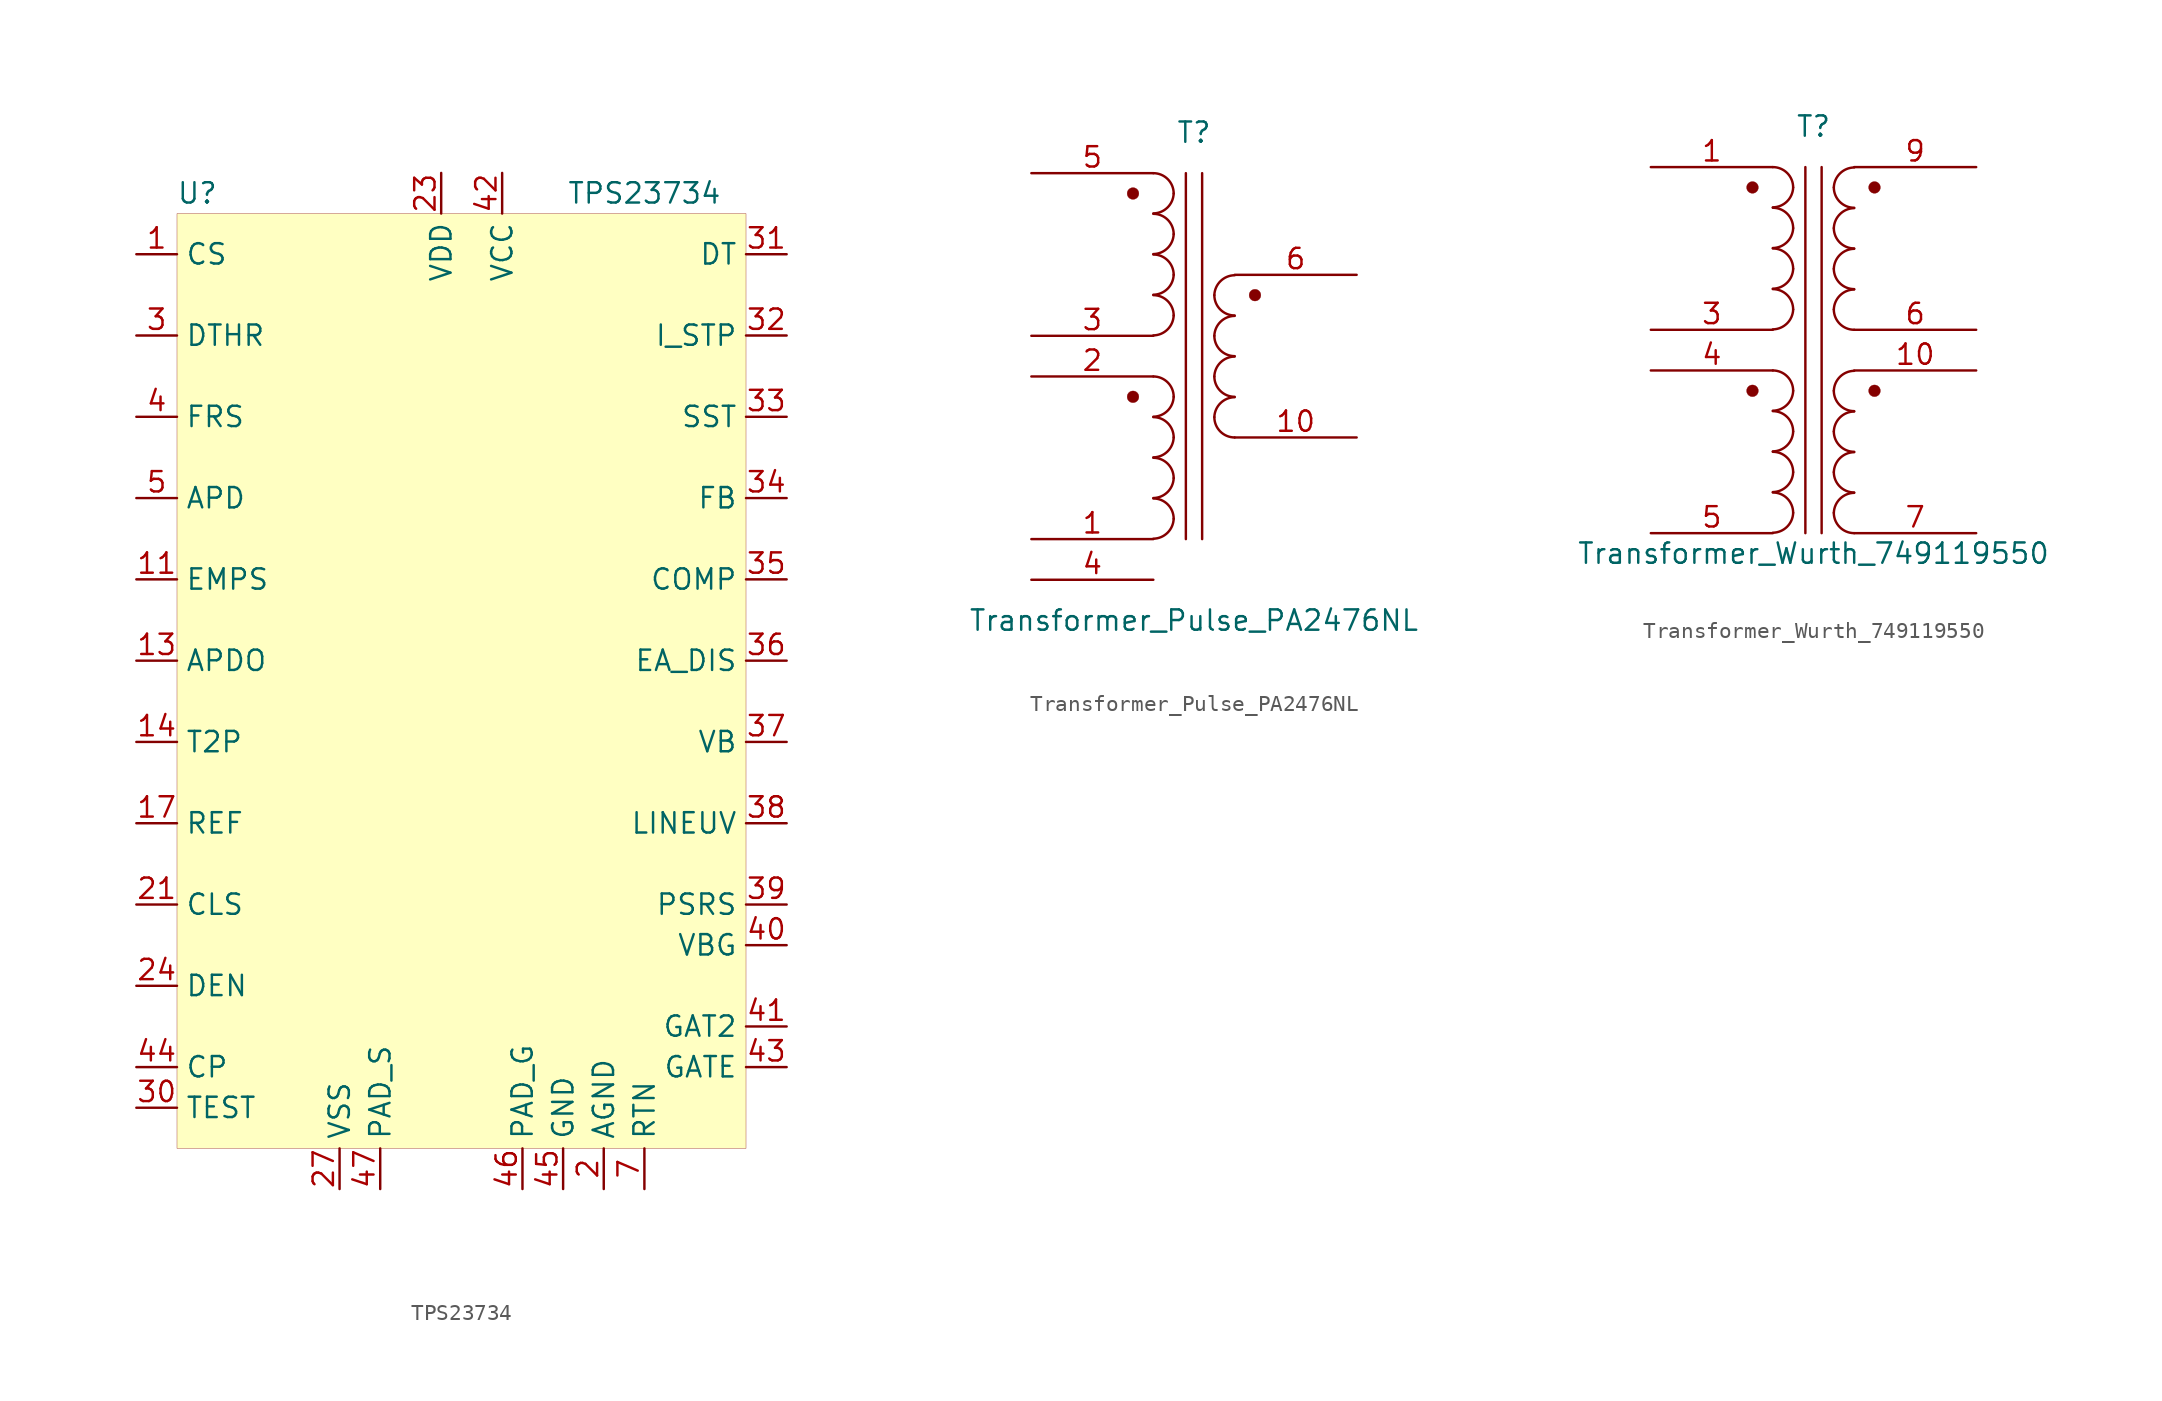
<source format=kicad_sym>
(kicad_symbol_lib
  (version 20231120)
  (generator "kicad_symbol_editor")
  (generator_version "8.0")
  (symbol "TPS23734"
    (property "Reference" "U"
      (at -16.51 30.48 0)
      (effects (font (size 1.27 1.27))))
    (property "Value" "TPS23734"
      (at 11.43 30.48 0)
      (effects (font (size 1.27 1.27))))
    (symbol "TPS23734_0_0"
      (pin bidirectional line (at -20.32 26.67 0) (length 2.54) (name "CS" (effects (font (size 1.27 1.27)))) (number "1" (effects (font (size 1.27 1.27)))))
      (pin no_connect line (at 1.27 20.32 0) (length 2.54) hide (name "NC" (effects (font (size 1.27 1.27)))) (number "10" (effects (font (size 1.27 1.27)))))
      (pin input line (at -20.32 6.35 0) (length 2.54) (name "EMPS" (effects (font (size 1.27 1.27)))) (number "11" (effects (font (size 1.27 1.27)))))
      (pin no_connect line (at 1.27 15.24 0) (length 2.54) hide (name "NC" (effects (font (size 1.27 1.27)))) (number "12" (effects (font (size 1.27 1.27)))))
      (pin output line (at -20.32 1.27 0) (length 2.54) (name "APDO" (effects (font (size 1.27 1.27)))) (number "13" (effects (font (size 1.27 1.27)))))
      (pin output line (at -20.32 -3.81 0) (length 2.54) (name "T2P" (effects (font (size 1.27 1.27)))) (number "14" (effects (font (size 1.27 1.27)))))
      (pin no_connect line (at 1.27 17.78 0) (length 2.54) hide (name "NC" (effects (font (size 1.27 1.27)))) (number "15" (effects (font (size 1.27 1.27)))))
      (pin no_connect line (at 1.27 12.7 0) (length 2.54) hide (name "NC" (effects (font (size 1.27 1.27)))) (number "16" (effects (font (size 1.27 1.27)))))
      (pin output line (at -20.32 -8.89 0) (length 2.54) (name "REF" (effects (font (size 1.27 1.27)))) (number "17" (effects (font (size 1.27 1.27)))))
      (pin no_connect line (at 1.27 10.16 0) (length 2.54) hide (name "NC" (effects (font (size 1.27 1.27)))) (number "18" (effects (font (size 1.27 1.27)))))
      (pin no_connect line (at 1.27 7.62 0) (length 2.54) hide (name "NC" (effects (font (size 1.27 1.27)))) (number "19" (effects (font (size 1.27 1.27)))))
      (pin power_in line (at 8.89 -31.75 90) (length 2.54) (name "AGND" (effects (font (size 1.27 1.27)))) (number "2" (effects (font (size 1.27 1.27)))))
      (pin no_connect line (at 1.27 5.08 0) (length 2.54) hide (name "NC" (effects (font (size 1.27 1.27)))) (number "20" (effects (font (size 1.27 1.27)))))
      (pin output line (at -20.32 -13.97 0) (length 2.54) (name "CLS" (effects (font (size 1.27 1.27)))) (number "21" (effects (font (size 1.27 1.27)))))
      (pin no_connect line (at 1.27 2.54 0) (length 2.54) hide (name "NC" (effects (font (size 1.27 1.27)))) (number "22" (effects (font (size 1.27 1.27)))))
      (pin power_in line (at -1.27 31.75 270) (length 2.54) (name "VDD" (effects (font (size 1.27 1.27)))) (number "23" (effects (font (size 1.27 1.27)))))
      (pin bidirectional line (at -20.32 -19.05 0) (length 2.54) (name "DEN" (effects (font (size 1.27 1.27)))) (number "24" (effects (font (size 1.27 1.27)))))
      (pin no_connect line (at 1.27 0 0) (length 2.54) hide (name "NC" (effects (font (size 1.27 1.27)))) (number "25" (effects (font (size 1.27 1.27)))))
      (pin no_connect line (at 1.27 -2.54 0) (length 2.54) hide (name "NC" (effects (font (size 1.27 1.27)))) (number "26" (effects (font (size 1.27 1.27)))))
      (pin power_in line (at -7.62 -31.75 90) (length 2.54) (name "VSS" (effects (font (size 1.27 1.27)))) (number "27" (effects (font (size 1.27 1.27)))))
      (pin passive line (at -7.62 -31.75 90) (length 2.54) hide (name "VSS" (effects (font (size 1.27 1.27)))) (number "28" (effects (font (size 1.27 1.27)))))
      (pin no_connect line (at 1.27 -5.08 0) (length 2.54) hide (name "NC" (effects (font (size 1.27 1.27)))) (number "29" (effects (font (size 1.27 1.27)))))
      (pin output line (at -20.32 21.59 0) (length 2.54) (name "DTHR" (effects (font (size 1.27 1.27)))) (number "3" (effects (font (size 1.27 1.27)))))
      (pin output line (at -20.32 -26.67 0) (length 2.54) (name "TEST" (effects (font (size 1.27 1.27)))) (number "30" (effects (font (size 1.27 1.27)))))
      (pin input line (at 20.32 26.67 180) (length 2.54) (name "DT" (effects (font (size 1.27 1.27)))) (number "31" (effects (font (size 1.27 1.27)))))
      (pin input line (at 20.32 21.59 180) (length 2.54) (name "I_STP" (effects (font (size 1.27 1.27)))) (number "32" (effects (font (size 1.27 1.27)))))
      (pin bidirectional line (at 20.32 16.51 180) (length 2.54) (name "SST" (effects (font (size 1.27 1.27)))) (number "33" (effects (font (size 1.27 1.27)))))
      (pin input line (at 20.32 11.43 180) (length 2.54) (name "FB" (effects (font (size 1.27 1.27)))) (number "34" (effects (font (size 1.27 1.27)))))
      (pin bidirectional line (at 20.32 6.35 180) (length 2.54) (name "COMP" (effects (font (size 1.27 1.27)))) (number "35" (effects (font (size 1.27 1.27)))))
      (pin input line (at 20.32 1.27 180) (length 2.54) (name "EA_DIS" (effects (font (size 1.27 1.27)))) (number "36" (effects (font (size 1.27 1.27)))))
      (pin output line (at 20.32 -3.81 180) (length 2.54) (name "VB" (effects (font (size 1.27 1.27)))) (number "37" (effects (font (size 1.27 1.27)))))
      (pin input line (at 20.32 -8.89 180) (length 2.54) (name "LINEUV" (effects (font (size 1.27 1.27)))) (number "38" (effects (font (size 1.27 1.27)))))
      (pin input line (at 20.32 -13.97 180) (length 2.54) (name "PSRS" (effects (font (size 1.27 1.27)))) (number "39" (effects (font (size 1.27 1.27)))))
      (pin input line (at -20.32 16.51 0) (length 2.54) (name "FRS" (effects (font (size 1.27 1.27)))) (number "4" (effects (font (size 1.27 1.27)))))
      (pin output line (at 20.32 -16.51 180) (length 2.54) (name "VBG" (effects (font (size 1.27 1.27)))) (number "40" (effects (font (size 1.27 1.27)))))
      (pin output line (at 20.32 -21.59 180) (length 2.54) (name "GAT2" (effects (font (size 1.27 1.27)))) (number "41" (effects (font (size 1.27 1.27)))))
      (pin power_in line (at 2.54 31.75 270) (length 2.54) (name "VCC" (effects (font (size 1.27 1.27)))) (number "42" (effects (font (size 1.27 1.27)))))
      (pin output line (at 20.32 -24.13 180) (length 2.54) (name "GATE" (effects (font (size 1.27 1.27)))) (number "43" (effects (font (size 1.27 1.27)))))
      (pin output line (at -20.32 -24.13 0) (length 2.54) (name "CP" (effects (font (size 1.27 1.27)))) (number "44" (effects (font (size 1.27 1.27)))))
      (pin power_in line (at 6.35 -31.75 90) (length 2.54) (name "GND" (effects (font (size 1.27 1.27)))) (number "45" (effects (font (size 1.27 1.27)))))
      (pin power_in line (at 3.81 -31.75 90) (length 2.54) (name "PAD_G" (effects (font (size 1.27 1.27)))) (number "46" (effects (font (size 1.27 1.27)))))
      (pin power_in line (at -5.08 -31.75 90) (length 2.54) (name "PAD_S" (effects (font (size 1.27 1.27)))) (number "47" (effects (font (size 1.27 1.27)))))
      (pin input line (at -20.32 11.43 0) (length 2.54) (name "APD" (effects (font (size 1.27 1.27)))) (number "5" (effects (font (size 1.27 1.27)))))
      (pin no_connect line (at 1.27 22.86 0) (length 2.54) hide (name "NC" (effects (font (size 1.27 1.27)))) (number "6" (effects (font (size 1.27 1.27)))))
      (pin power_in line (at 11.43 -31.75 90) (length 2.54) (name "RTN" (effects (font (size 1.27 1.27)))) (number "7" (effects (font (size 1.27 1.27)))))
      (pin passive line (at 11.43 -31.75 90) (length 2.54) hide (name "RTN" (effects (font (size 1.27 1.27)))) (number "8" (effects (font (size 1.27 1.27)))))
      (pin passive line (at 11.43 -31.75 90) (length 2.54) hide (name "RTN" (effects (font (size 1.27 1.27)))) (number "9" (effects (font (size 1.27 1.27))))))
    (symbol "TPS23734_0_1"
      (rectangle (start -17.78 29.21) (end 17.78 -29.21) (stroke (width 0.001) (type default)) (fill (type background)))))
  (symbol "Transformer_Pulse_PA2476NL"
    (pin_names
      (offset 1.016) hide)
    (property "Reference" "T"
      (at 0 12.7 0)
      (effects (font (size 1.27 1.27))))
    (property "Value" "Transformer_Pulse_PA2476NL"
      (at 0 -17.78 0)
      (effects (font (size 1.27 1.27))))
    (symbol "Transformer_Pulse_PA2476NL_0_1"
      (circle (center -3.81 -3.81) (radius 0.366) (stroke (width 0.001) (type default)) (fill (type outline)))
      (circle (center -3.81 8.89) (radius 0.366) (stroke (width 0.001) (type default)) (fill (type outline)))
      (arc (start -2.54 -12.6746) (mid -1.6561 -12.3063) (end -1.27 -11.43) (stroke (width 0) (type default)) (fill (type none)))
      (arc (start -2.54 -10.1346) (mid -1.6561 -9.7663) (end -1.27 -8.89) (stroke (width 0) (type default)) (fill (type none)))
      (arc (start -2.54 -7.5946) (mid -1.6561 -7.2263) (end -1.27 -6.35) (stroke (width 0) (type default)) (fill (type none)))
      (arc (start -2.54 -5.0546) (mid -1.6561 -4.6863) (end -1.27 -3.81) (stroke (width 0) (type default)) (fill (type none)))
      (arc (start -2.54 0.0254) (mid -1.6561 0.3937) (end -1.27 1.27) (stroke (width 0) (type default)) (fill (type none)))
      (arc (start -2.54 2.5654) (mid -1.6561 2.9337) (end -1.27 3.81) (stroke (width 0) (type default)) (fill (type none)))
      (arc (start -2.54 5.1054) (mid -1.6561 5.4737) (end -1.27 6.35) (stroke (width 0) (type default)) (fill (type none)))
      (arc (start -2.54 7.6454) (mid -1.6561 8.0137) (end -1.27 8.89) (stroke (width 0) (type default)) (fill (type none)))
      (arc (start -1.27 -11.43) (mid -1.642 -10.532) (end -2.54 -10.16) (stroke (width 0) (type default)) (fill (type none)))
      (arc (start -1.27 -8.89) (mid -1.642 -7.992) (end -2.54 -7.62) (stroke (width 0) (type default)) (fill (type none)))
      (arc (start -1.27 -6.35) (mid -1.642 -5.452) (end -2.54 -5.08) (stroke (width 0) (type default)) (fill (type none)))
      (arc (start -1.27 -3.81) (mid -1.642 -2.912) (end -2.54 -2.54) (stroke (width 0) (type default)) (fill (type none)))
      (arc (start -1.27 1.27) (mid -1.642 2.168) (end -2.54 2.54) (stroke (width 0) (type default)) (fill (type none)))
      (arc (start -1.27 3.81) (mid -1.642 4.708) (end -2.54 5.08) (stroke (width 0) (type default)) (fill (type none)))
      (arc (start -1.27 6.35) (mid -1.642 7.248) (end -2.54 7.62) (stroke (width 0) (type default)) (fill (type none)))
      (arc (start -1.27 8.89) (mid -1.642 9.788) (end -2.54 10.16) (stroke (width 0) (type default)) (fill (type none)))
      (polyline (pts (xy -0.508 -12.7) (xy -0.508 10.16)) (stroke (width 0) (type default)) (fill (type none)))
      (polyline (pts (xy 0.508 10.16) (xy 0.508 -12.7)) (stroke (width 0) (type default)) (fill (type none)))
      (arc (start 1.27 -5.08) (mid 1.642 -5.978) (end 2.54 -6.35) (stroke (width 0) (type default)) (fill (type none)))
      (arc (start 1.27 -2.54) (mid 1.642 -3.438) (end 2.54 -3.81) (stroke (width 0) (type default)) (fill (type none)))
      (arc (start 1.27 0) (mid 1.642 -0.898) (end 2.54 -1.27) (stroke (width 0) (type default)) (fill (type none)))
      (arc (start 1.27 2.54) (mid 1.642 1.642) (end 2.54 1.27) (stroke (width 0) (type default)) (fill (type none)))
      (arc (start 2.54 -3.8354) (mid 1.6561 -4.2037) (end 1.27 -5.08) (stroke (width 0) (type default)) (fill (type none)))
      (arc (start 2.54 -1.2954) (mid 1.6561 -1.6637) (end 1.27 -2.54) (stroke (width 0) (type default)) (fill (type none)))
      (arc (start 2.54 1.2446) (mid 1.6561 0.8763) (end 1.27 0) (stroke (width 0) (type default)) (fill (type none)))
      (arc (start 2.54 3.7846) (mid 1.6561 3.4163) (end 1.27 2.54) (stroke (width 0) (type default)) (fill (type none)))
      (circle (center 3.81 2.54) (radius 0.366) (stroke (width 0.001) (type default)) (fill (type outline))))
    (symbol "Transformer_Pulse_PA2476NL_1_1"
      (pin passive line (at -10.16 -12.7 0) (length 7.62) (name "N4B" (effects (font (size 1.27 1.27)))) (number "1" (effects (font (size 1.27 1.27)))))
      (pin passive line (at 10.16 -6.35 180) (length 7.62) (name "N2B" (effects (font (size 1.27 1.27)))) (number "10" (effects (font (size 1.27 1.27)))))
      (pin passive line (at -10.16 -2.54 0) (length 7.62) (name "N4A" (effects (font (size 1.27 1.27)))) (number "2" (effects (font (size 1.27 1.27)))))
      (pin passive line (at -10.16 0 0) (length 7.62) (name "N1B" (effects (font (size 1.27 1.27)))) (number "3" (effects (font (size 1.27 1.27)))))
      (pin unspecified line (at -10.16 -15.24 0) (length 7.62) (name "NC" (effects (font (size 1.27 1.27)))) (number "4" (effects (font (size 1.27 1.27)))))
      (pin passive line (at -10.16 10.16 0) (length 7.62) (name "N1A" (effects (font (size 1.27 1.27)))) (number "5" (effects (font (size 1.27 1.27)))))
      (pin passive line (at 10.16 3.81 180) (length 7.62) (name "N2A" (effects (font (size 1.27 1.27)))) (number "6" (effects (font (size 1.27 1.27)))))))
  (symbol "Transformer_Wurth_749119550"
    (pin_names
      (offset 1.016) hide)
    (property "Reference" "T"
      (at 0 12.7 0)
      (effects (font (size 1.27 1.27))))
    (property "Value" "Transformer_Wurth_749119550"
      (at 0 -13.97 0)
      (effects (font (size 1.27 1.27))))
    (symbol "Transformer_Wurth_749119550_0_1"
      (circle (center -3.81 -3.81) (radius 0.366) (stroke (width 0.001) (type default)) (fill (type outline)))
      (circle (center -3.81 8.89) (radius 0.366) (stroke (width 0.001) (type default)) (fill (type outline)))
      (arc (start -2.54 -12.6746) (mid -1.6561 -12.3063) (end -1.27 -11.43) (stroke (width 0) (type default)) (fill (type none)))
      (arc (start -2.54 -10.1346) (mid -1.6561 -9.7663) (end -1.27 -8.89) (stroke (width 0) (type default)) (fill (type none)))
      (arc (start -2.54 -7.5946) (mid -1.6561 -7.2263) (end -1.27 -6.35) (stroke (width 0) (type default)) (fill (type none)))
      (arc (start -2.54 -5.0546) (mid -1.6561 -4.6863) (end -1.27 -3.81) (stroke (width 0) (type default)) (fill (type none)))
      (arc (start -2.54 0.0254) (mid -1.6561 0.3937) (end -1.27 1.27) (stroke (width 0) (type default)) (fill (type none)))
      (arc (start -2.54 2.5654) (mid -1.6561 2.9337) (end -1.27 3.81) (stroke (width 0) (type default)) (fill (type none)))
      (arc (start -2.54 5.1054) (mid -1.6561 5.4737) (end -1.27 6.35) (stroke (width 0) (type default)) (fill (type none)))
      (arc (start -2.54 7.6454) (mid -1.6561 8.0137) (end -1.27 8.89) (stroke (width 0) (type default)) (fill (type none)))
      (arc (start -1.27 -11.43) (mid -1.642 -10.532) (end -2.54 -10.16) (stroke (width 0) (type default)) (fill (type none)))
      (arc (start -1.27 -8.89) (mid -1.642 -7.992) (end -2.54 -7.62) (stroke (width 0) (type default)) (fill (type none)))
      (arc (start -1.27 -6.35) (mid -1.642 -5.452) (end -2.54 -5.08) (stroke (width 0) (type default)) (fill (type none)))
      (arc (start -1.27 -3.81) (mid -1.642 -2.912) (end -2.54 -2.54) (stroke (width 0) (type default)) (fill (type none)))
      (arc (start -1.27 1.27) (mid -1.642 2.168) (end -2.54 2.54) (stroke (width 0) (type default)) (fill (type none)))
      (arc (start -1.27 3.81) (mid -1.642 4.708) (end -2.54 5.08) (stroke (width 0) (type default)) (fill (type none)))
      (arc (start -1.27 6.35) (mid -1.642 7.248) (end -2.54 7.62) (stroke (width 0) (type default)) (fill (type none)))
      (arc (start -1.27 8.89) (mid -1.642 9.788) (end -2.54 10.16) (stroke (width 0) (type default)) (fill (type none)))
      (polyline (pts (xy -0.508 -12.7) (xy -0.508 10.16)) (stroke (width 0) (type default)) (fill (type none)))
      (polyline (pts (xy 0.508 10.16) (xy 0.508 -12.7)) (stroke (width 0) (type default)) (fill (type none)))
      (arc (start 1.27 -11.43) (mid 1.642 -12.328) (end 2.54 -12.7) (stroke (width 0) (type default)) (fill (type none)))
      (arc (start 1.27 -8.89) (mid 1.642 -9.788) (end 2.54 -10.16) (stroke (width 0) (type default)) (fill (type none)))
      (arc (start 1.27 -6.35) (mid 1.642 -7.248) (end 2.54 -7.62) (stroke (width 0) (type default)) (fill (type none)))
      (arc (start 1.27 -3.81) (mid 1.642 -4.708) (end 2.54 -5.08) (stroke (width 0) (type default)) (fill (type none)))
      (arc (start 1.27 1.27) (mid 1.642 0.372) (end 2.54 0) (stroke (width 0) (type default)) (fill (type none)))
      (arc (start 1.27 3.81) (mid 1.642 2.912) (end 2.54 2.54) (stroke (width 0) (type default)) (fill (type none)))
      (arc (start 1.27 6.35) (mid 1.642 5.452) (end 2.54 5.08) (stroke (width 0) (type default)) (fill (type none)))
      (arc (start 1.27 8.89) (mid 1.642 7.992) (end 2.54 7.62) (stroke (width 0) (type default)) (fill (type none)))
      (arc (start 2.54 -10.1854) (mid 1.6561 -10.5537) (end 1.27 -11.43) (stroke (width 0) (type default)) (fill (type none)))
      (arc (start 2.54 -7.6454) (mid 1.6561 -8.0137) (end 1.27 -8.89) (stroke (width 0) (type default)) (fill (type none)))
      (arc (start 2.54 -5.1054) (mid 1.6561 -5.4737) (end 1.27 -6.35) (stroke (width 0) (type default)) (fill (type none)))
      (arc (start 2.54 -2.5654) (mid 1.6561 -2.9337) (end 1.27 -3.81) (stroke (width 0) (type default)) (fill (type none)))
      (arc (start 2.54 2.5146) (mid 1.6561 2.1463) (end 1.27 1.27) (stroke (width 0) (type default)) (fill (type none)))
      (arc (start 2.54 5.0546) (mid 1.6561 4.6863) (end 1.27 3.81) (stroke (width 0) (type default)) (fill (type none)))
      (arc (start 2.54 7.5946) (mid 1.6561 7.2263) (end 1.27 6.35) (stroke (width 0) (type default)) (fill (type none)))
      (arc (start 2.54 10.1346) (mid 1.6561 9.7663) (end 1.27 8.89) (stroke (width 0) (type default)) (fill (type none)))
      (circle (center 3.81 -3.81) (radius 0.366) (stroke (width 0.001) (type default)) (fill (type outline)))
      (circle (center 3.81 8.89) (radius 0.366) (stroke (width 0.001) (type default)) (fill (type outline))))
    (symbol "Transformer_Wurth_749119550_1_1"
      (pin passive line (at -10.16 10.16 0) (length 7.62) (name "N1A" (effects (font (size 1.27 1.27)))) (number "1" (effects (font (size 1.27 1.27)))))
      (pin passive line (at 10.16 -2.54 180) (length 7.62) (name "N3A" (effects (font (size 1.27 1.27)))) (number "10" (effects (font (size 1.27 1.27)))))
      (pin passive line (at -10.16 0 0) (length 7.62) (name "N1B" (effects (font (size 1.27 1.27)))) (number "3" (effects (font (size 1.27 1.27)))))
      (pin passive line (at -10.16 -2.54 0) (length 7.62) (name "N4A" (effects (font (size 1.27 1.27)))) (number "4" (effects (font (size 1.27 1.27)))))
      (pin passive line (at -10.16 -12.7 0) (length 7.62) (name "N4B" (effects (font (size 1.27 1.27)))) (number "5" (effects (font (size 1.27 1.27)))))
      (pin passive line (at 10.16 0 180) (length 7.62) (name "N2B" (effects (font (size 1.27 1.27)))) (number "6" (effects (font (size 1.27 1.27)))))
      (pin passive line (at 10.16 -12.7 180) (length 7.62) (name "N3B" (effects (font (size 1.27 1.27)))) (number "7" (effects (font (size 1.27 1.27)))))
      (pin passive line (at 10.16 10.16 180) (length 7.62) (name "N2A" (effects (font (size 1.27 1.27)))) (number "9" (effects (font (size 1.27 1.27))))))))
</source>
